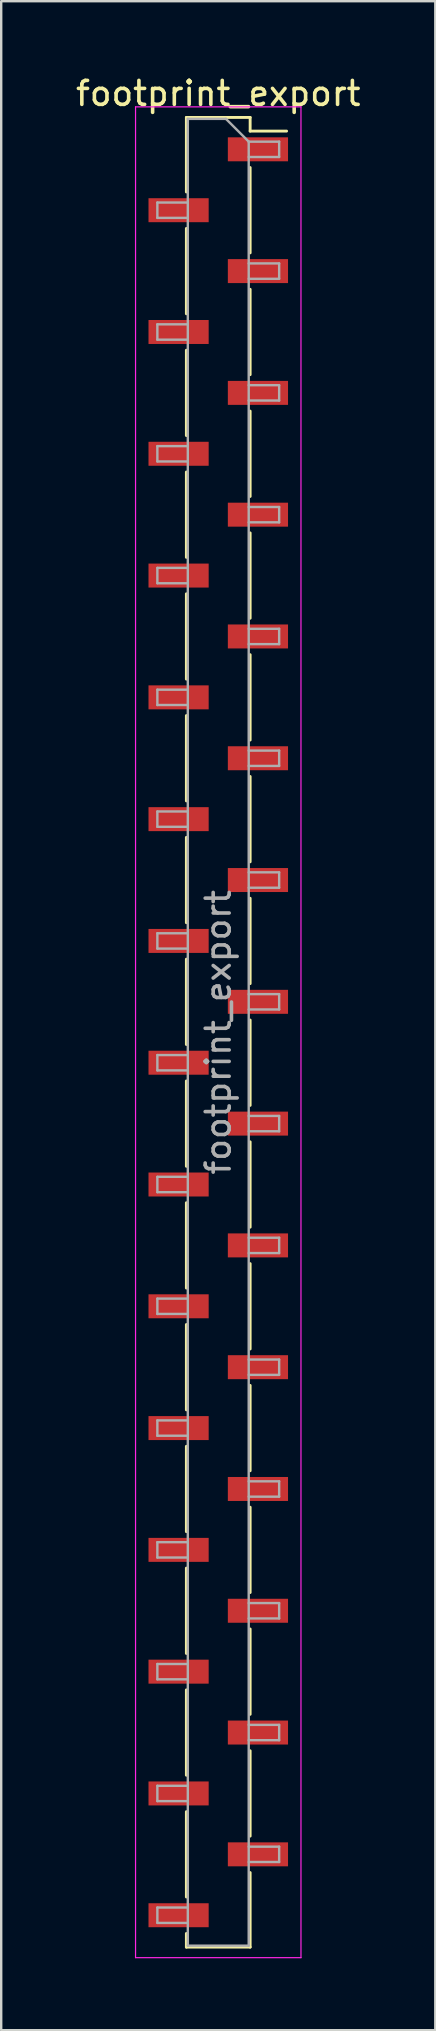
<source format=kicad_pcb>
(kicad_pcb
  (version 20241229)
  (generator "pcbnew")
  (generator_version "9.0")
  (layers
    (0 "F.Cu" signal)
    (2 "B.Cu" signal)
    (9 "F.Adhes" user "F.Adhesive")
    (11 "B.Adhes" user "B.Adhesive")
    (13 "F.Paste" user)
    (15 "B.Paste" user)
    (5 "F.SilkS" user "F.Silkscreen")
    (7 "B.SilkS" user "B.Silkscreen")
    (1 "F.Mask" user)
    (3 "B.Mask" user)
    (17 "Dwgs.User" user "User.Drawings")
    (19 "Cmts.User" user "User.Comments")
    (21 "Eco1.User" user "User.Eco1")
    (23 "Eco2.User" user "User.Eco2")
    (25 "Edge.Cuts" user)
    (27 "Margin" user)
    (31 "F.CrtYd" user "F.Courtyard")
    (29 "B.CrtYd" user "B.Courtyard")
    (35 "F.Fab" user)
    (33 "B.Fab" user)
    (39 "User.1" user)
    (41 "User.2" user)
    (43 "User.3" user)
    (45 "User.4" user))
  (footprint "footprint_export"
    (layer "F.Cu")
    (at 6.054 40.008)
    (property "Reference" "footprint_export" (at 0 -39.16 0) (layer "F.SilkS") (effects (font (size 1 1) (thickness 0.15))))
    (attr smd)
    (fp_line (start -1.33 -38.16) (end -1.33 -35.05) (stroke (width 0.12) (type solid)) (layer "F.SilkS"))
    (fp_line (start -1.33 -38.16) (end 1.33 -38.16) (stroke (width 0.12) (type solid)) (layer "F.SilkS"))
    (fp_line (start -1.33 -33.53) (end -1.33 -29.97) (stroke (width 0.12) (type solid)) (layer "F.SilkS"))
    (fp_line (start -1.33 -28.45) (end -1.33 -24.89) (stroke (width 0.12) (type solid)) (layer "F.SilkS"))
    (fp_line (start -1.33 -23.37) (end -1.33 -19.81) (stroke (width 0.12) (type solid)) (layer "F.SilkS"))
    (fp_line (start -1.33 -18.29) (end -1.33 -14.73) (stroke (width 0.12) (type solid)) (layer "F.SilkS"))
    (fp_line (start -1.33 -13.21) (end -1.33 -9.65) (stroke (width 0.12) (type solid)) (layer "F.SilkS"))
    (fp_line (start -1.33 -8.13) (end -1.33 -4.57) (stroke (width 0.12) (type solid)) (layer "F.SilkS"))
    (fp_line (start -1.33 -3.05) (end -1.33 0.51) (stroke (width 0.12) (type solid)) (layer "F.SilkS"))
    (fp_line (start -1.33 2.03) (end -1.33 5.59) (stroke (width 0.12) (type solid)) (layer "F.SilkS"))
    (fp_line (start -1.33 7.11) (end -1.33 10.67) (stroke (width 0.12) (type solid)) (layer "F.SilkS"))
    (fp_line (start -1.33 12.19) (end -1.33 15.75) (stroke (width 0.12) (type solid)) (layer "F.SilkS"))
    (fp_line (start -1.33 17.27) (end -1.33 20.83) (stroke (width 0.12) (type solid)) (layer "F.SilkS"))
    (fp_line (start -1.33 22.35) (end -1.33 25.91) (stroke (width 0.12) (type solid)) (layer "F.SilkS"))
    (fp_line (start -1.33 27.43) (end -1.33 30.99) (stroke (width 0.12) (type solid)) (layer "F.SilkS"))
    (fp_line (start -1.33 32.51) (end -1.33 36.07) (stroke (width 0.12) (type solid)) (layer "F.SilkS"))
    (fp_line (start -1.33 37.59) (end -1.33 38.16) (stroke (width 0.12) (type solid)) (layer "F.SilkS"))
    (fp_line (start -1.33 38.16) (end 1.33 38.16) (stroke (width 0.12) (type solid)) (layer "F.SilkS"))
    (fp_line (start 1.33 -38.16) (end 1.33 -37.59) (stroke (width 0.12) (type solid)) (layer "F.SilkS"))
    (fp_line (start 1.33 -37.59) (end 2.85 -37.59) (stroke (width 0.12) (type solid)) (layer "F.SilkS"))
    (fp_line (start 1.33 -36.07) (end 1.33 -32.51) (stroke (width 0.12) (type solid)) (layer "F.SilkS"))
    (fp_line (start 1.33 -30.99) (end 1.33 -27.43) (stroke (width 0.12) (type solid)) (layer "F.SilkS"))
    (fp_line (start 1.33 -25.91) (end 1.33 -22.35) (stroke (width 0.12) (type solid)) (layer "F.SilkS"))
    (fp_line (start 1.33 -20.83) (end 1.33 -17.27) (stroke (width 0.12) (type solid)) (layer "F.SilkS"))
    (fp_line (start 1.33 -15.75) (end 1.33 -12.19) (stroke (width 0.12) (type solid)) (layer "F.SilkS"))
    (fp_line (start 1.33 -10.67) (end 1.33 -7.11) (stroke (width 0.12) (type solid)) (layer "F.SilkS"))
    (fp_line (start 1.33 -5.59) (end 1.33 -2.03) (stroke (width 0.12) (type solid)) (layer "F.SilkS"))
    (fp_line (start 1.33 -0.51) (end 1.33 3.05) (stroke (width 0.12) (type solid)) (layer "F.SilkS"))
    (fp_line (start 1.33 4.57) (end 1.33 8.13) (stroke (width 0.12) (type solid)) (layer "F.SilkS"))
    (fp_line (start 1.33 9.65) (end 1.33 13.21) (stroke (width 0.12) (type solid)) (layer "F.SilkS"))
    (fp_line (start 1.33 14.73) (end 1.33 18.29) (stroke (width 0.12) (type solid)) (layer "F.SilkS"))
    (fp_line (start 1.33 19.81) (end 1.33 23.37) (stroke (width 0.12) (type solid)) (layer "F.SilkS"))
    (fp_line (start 1.33 24.89) (end 1.33 28.45) (stroke (width 0.12) (type solid)) (layer "F.SilkS"))
    (fp_line (start 1.33 29.97) (end 1.33 33.53) (stroke (width 0.12) (type solid)) (layer "F.SilkS"))
    (fp_line (start 1.33 35.05) (end 1.33 38.16) (stroke (width 0.12) (type solid)) (layer "F.SilkS"))
    (fp_line (start -3.45 -38.6) (end -3.45 38.6) (stroke (width 0.05) (type solid)) (layer "F.CrtYd"))
    (fp_line (start -3.45 38.6) (end 3.45 38.6) (stroke (width 0.05) (type solid)) (layer "F.CrtYd"))
    (fp_line (start 3.45 -38.6) (end -3.45 -38.6) (stroke (width 0.05) (type solid)) (layer "F.CrtYd"))
    (fp_line (start 3.45 38.6) (end 3.45 -38.6) (stroke (width 0.05) (type solid)) (layer "F.CrtYd"))
    (fp_line (start -2.54 -34.61) (end -2.54 -33.97) (stroke (width 0.1) (type solid)) (layer "F.Fab"))
    (fp_line (start -2.54 -33.97) (end -1.27 -33.97) (stroke (width 0.1) (type solid)) (layer "F.Fab"))
    (fp_line (start -2.54 -29.53) (end -2.54 -28.89) (stroke (width 0.1) (type solid)) (layer "F.Fab"))
    (fp_line (start -2.54 -28.89) (end -1.27 -28.89) (stroke (width 0.1) (type solid)) (layer "F.Fab"))
    (fp_line (start -2.54 -24.45) (end -2.54 -23.81) (stroke (width 0.1) (type solid)) (layer "F.Fab"))
    (fp_line (start -2.54 -23.81) (end -1.27 -23.81) (stroke (width 0.1) (type solid)) (layer "F.Fab"))
    (fp_line (start -2.54 -19.37) (end -2.54 -18.73) (stroke (width 0.1) (type solid)) (layer "F.Fab"))
    (fp_line (start -2.54 -18.73) (end -1.27 -18.73) (stroke (width 0.1) (type solid)) (layer "F.Fab"))
    (fp_line (start -2.54 -14.29) (end -2.54 -13.65) (stroke (width 0.1) (type solid)) (layer "F.Fab"))
    (fp_line (start -2.54 -13.65) (end -1.27 -13.65) (stroke (width 0.1) (type solid)) (layer "F.Fab"))
    (fp_line (start -2.54 -9.21) (end -2.54 -8.57) (stroke (width 0.1) (type solid)) (layer "F.Fab"))
    (fp_line (start -2.54 -8.57) (end -1.27 -8.57) (stroke (width 0.1) (type solid)) (layer "F.Fab"))
    (fp_line (start -2.54 -4.13) (end -2.54 -3.49) (stroke (width 0.1) (type solid)) (layer "F.Fab"))
    (fp_line (start -2.54 -3.49) (end -1.27 -3.49) (stroke (width 0.1) (type solid)) (layer "F.Fab"))
    (fp_line (start -2.54 0.95) (end -2.54 1.59) (stroke (width 0.1) (type solid)) (layer "F.Fab"))
    (fp_line (start -2.54 1.59) (end -1.27 1.59) (stroke (width 0.1) (type solid)) (layer "F.Fab"))
    (fp_line (start -2.54 6.03) (end -2.54 6.67) (stroke (width 0.1) (type solid)) (layer "F.Fab"))
    (fp_line (start -2.54 6.67) (end -1.27 6.67) (stroke (width 0.1) (type solid)) (layer "F.Fab"))
    (fp_line (start -2.54 11.11) (end -2.54 11.75) (stroke (width 0.1) (type solid)) (layer "F.Fab"))
    (fp_line (start -2.54 11.75) (end -1.27 11.75) (stroke (width 0.1) (type solid)) (layer "F.Fab"))
    (fp_line (start -2.54 16.19) (end -2.54 16.83) (stroke (width 0.1) (type solid)) (layer "F.Fab"))
    (fp_line (start -2.54 16.83) (end -1.27 16.83) (stroke (width 0.1) (type solid)) (layer "F.Fab"))
    (fp_line (start -2.54 21.27) (end -2.54 21.91) (stroke (width 0.1) (type solid)) (layer "F.Fab"))
    (fp_line (start -2.54 21.91) (end -1.27 21.91) (stroke (width 0.1) (type solid)) (layer "F.Fab"))
    (fp_line (start -2.54 26.35) (end -2.54 26.99) (stroke (width 0.1) (type solid)) (layer "F.Fab"))
    (fp_line (start -2.54 26.99) (end -1.27 26.99) (stroke (width 0.1) (type solid)) (layer "F.Fab"))
    (fp_line (start -2.54 31.43) (end -2.54 32.07) (stroke (width 0.1) (type solid)) (layer "F.Fab"))
    (fp_line (start -2.54 32.07) (end -1.27 32.07) (stroke (width 0.1) (type solid)) (layer "F.Fab"))
    (fp_line (start -2.54 36.51) (end -2.54 37.15) (stroke (width 0.1) (type solid)) (layer "F.Fab"))
    (fp_line (start -2.54 37.15) (end -1.27 37.15) (stroke (width 0.1) (type solid)) (layer "F.Fab"))
    (fp_line (start -1.27 -38.1) (end -1.27 38.1) (stroke (width 0.1) (type solid)) (layer "F.Fab"))
    (fp_line (start -1.27 -38.1) (end 0.32 -38.1) (stroke (width 0.1) (type solid)) (layer "F.Fab"))
    (fp_line (start -1.27 -34.61) (end -2.54 -34.61) (stroke (width 0.1) (type solid)) (layer "F.Fab"))
    (fp_line (start -1.27 -29.53) (end -2.54 -29.53) (stroke (width 0.1) (type solid)) (layer "F.Fab"))
    (fp_line (start -1.27 -24.45) (end -2.54 -24.45) (stroke (width 0.1) (type solid)) (layer "F.Fab"))
    (fp_line (start -1.27 -19.37) (end -2.54 -19.37) (stroke (width 0.1) (type solid)) (layer "F.Fab"))
    (fp_line (start -1.27 -14.29) (end -2.54 -14.29) (stroke (width 0.1) (type solid)) (layer "F.Fab"))
    (fp_line (start -1.27 -9.21) (end -2.54 -9.21) (stroke (width 0.1) (type solid)) (layer "F.Fab"))
    (fp_line (start -1.27 -4.13) (end -2.54 -4.13) (stroke (width 0.1) (type solid)) (layer "F.Fab"))
    (fp_line (start -1.27 0.95) (end -2.54 0.95) (stroke (width 0.1) (type solid)) (layer "F.Fab"))
    (fp_line (start -1.27 6.03) (end -2.54 6.03) (stroke (width 0.1) (type solid)) (layer "F.Fab"))
    (fp_line (start -1.27 11.11) (end -2.54 11.11) (stroke (width 0.1) (type solid)) (layer "F.Fab"))
    (fp_line (start -1.27 16.19) (end -2.54 16.19) (stroke (width 0.1) (type solid)) (layer "F.Fab"))
    (fp_line (start -1.27 21.27) (end -2.54 21.27) (stroke (width 0.1) (type solid)) (layer "F.Fab"))
    (fp_line (start -1.27 26.35) (end -2.54 26.35) (stroke (width 0.1) (type solid)) (layer "F.Fab"))
    (fp_line (start -1.27 31.43) (end -2.54 31.43) (stroke (width 0.1) (type solid)) (layer "F.Fab"))
    (fp_line (start -1.27 36.51) (end -2.54 36.51) (stroke (width 0.1) (type solid)) (layer "F.Fab"))
    (fp_line (start 1.27 -37.15) (end 0.32 -38.1) (stroke (width 0.1) (type solid)) (layer "F.Fab"))
    (fp_line (start 1.27 -37.15) (end 2.54 -37.15) (stroke (width 0.1) (type solid)) (layer "F.Fab"))
    (fp_line (start 1.27 -32.07) (end 2.54 -32.07) (stroke (width 0.1) (type solid)) (layer "F.Fab"))
    (fp_line (start 1.27 -26.99) (end 2.54 -26.99) (stroke (width 0.1) (type solid)) (layer "F.Fab"))
    (fp_line (start 1.27 -21.91) (end 2.54 -21.91) (stroke (width 0.1) (type solid)) (layer "F.Fab"))
    (fp_line (start 1.27 -16.83) (end 2.54 -16.83) (stroke (width 0.1) (type solid)) (layer "F.Fab"))
    (fp_line (start 1.27 -11.75) (end 2.54 -11.75) (stroke (width 0.1) (type solid)) (layer "F.Fab"))
    (fp_line (start 1.27 -6.67) (end 2.54 -6.67) (stroke (width 0.1) (type solid)) (layer "F.Fab"))
    (fp_line (start 1.27 -1.59) (end 2.54 -1.59) (stroke (width 0.1) (type solid)) (layer "F.Fab"))
    (fp_line (start 1.27 3.49) (end 2.54 3.49) (stroke (width 0.1) (type solid)) (layer "F.Fab"))
    (fp_line (start 1.27 8.57) (end 2.54 8.57) (stroke (width 0.1) (type solid)) (layer "F.Fab"))
    (fp_line (start 1.27 13.65) (end 2.54 13.65) (stroke (width 0.1) (type solid)) (layer "F.Fab"))
    (fp_line (start 1.27 18.73) (end 2.54 18.73) (stroke (width 0.1) (type solid)) (layer "F.Fab"))
    (fp_line (start 1.27 23.81) (end 2.54 23.81) (stroke (width 0.1) (type solid)) (layer "F.Fab"))
    (fp_line (start 1.27 28.89) (end 2.54 28.89) (stroke (width 0.1) (type solid)) (layer "F.Fab"))
    (fp_line (start 1.27 33.97) (end 2.54 33.97) (stroke (width 0.1) (type solid)) (layer "F.Fab"))
    (fp_line (start 1.27 38.1) (end -1.27 38.1) (stroke (width 0.1) (type solid)) (layer "F.Fab"))
    (fp_line (start 1.27 38.1) (end 1.27 -37.15) (stroke (width 0.1) (type solid)) (layer "F.Fab"))
    (fp_line (start 2.54 -37.15) (end 2.54 -36.51) (stroke (width 0.1) (type solid)) (layer "F.Fab"))
    (fp_line (start 2.54 -36.51) (end 1.27 -36.51) (stroke (width 0.1) (type solid)) (layer "F.Fab"))
    (fp_line (start 2.54 -32.07) (end 2.54 -31.43) (stroke (width 0.1) (type solid)) (layer "F.Fab"))
    (fp_line (start 2.54 -31.43) (end 1.27 -31.43) (stroke (width 0.1) (type solid)) (layer "F.Fab"))
    (fp_line (start 2.54 -26.99) (end 2.54 -26.35) (stroke (width 0.1) (type solid)) (layer "F.Fab"))
    (fp_line (start 2.54 -26.35) (end 1.27 -26.35) (stroke (width 0.1) (type solid)) (layer "F.Fab"))
    (fp_line (start 2.54 -21.91) (end 2.54 -21.27) (stroke (width 0.1) (type solid)) (layer "F.Fab"))
    (fp_line (start 2.54 -21.27) (end 1.27 -21.27) (stroke (width 0.1) (type solid)) (layer "F.Fab"))
    (fp_line (start 2.54 -16.83) (end 2.54 -16.19) (stroke (width 0.1) (type solid)) (layer "F.Fab"))
    (fp_line (start 2.54 -16.19) (end 1.27 -16.19) (stroke (width 0.1) (type solid)) (layer "F.Fab"))
    (fp_line (start 2.54 -11.75) (end 2.54 -11.11) (stroke (width 0.1) (type solid)) (layer "F.Fab"))
    (fp_line (start 2.54 -11.11) (end 1.27 -11.11) (stroke (width 0.1) (type solid)) (layer "F.Fab"))
    (fp_line (start 2.54 -6.67) (end 2.54 -6.03) (stroke (width 0.1) (type solid)) (layer "F.Fab"))
    (fp_line (start 2.54 -6.03) (end 1.27 -6.03) (stroke (width 0.1) (type solid)) (layer "F.Fab"))
    (fp_line (start 2.54 -1.59) (end 2.54 -0.95) (stroke (width 0.1) (type solid)) (layer "F.Fab"))
    (fp_line (start 2.54 -0.95) (end 1.27 -0.95) (stroke (width 0.1) (type solid)) (layer "F.Fab"))
    (fp_line (start 2.54 3.49) (end 2.54 4.13) (stroke (width 0.1) (type solid)) (layer "F.Fab"))
    (fp_line (start 2.54 4.13) (end 1.27 4.13) (stroke (width 0.1) (type solid)) (layer "F.Fab"))
    (fp_line (start 2.54 8.57) (end 2.54 9.21) (stroke (width 0.1) (type solid)) (layer "F.Fab"))
    (fp_line (start 2.54 9.21) (end 1.27 9.21) (stroke (width 0.1) (type solid)) (layer "F.Fab"))
    (fp_line (start 2.54 13.65) (end 2.54 14.29) (stroke (width 0.1) (type solid)) (layer "F.Fab"))
    (fp_line (start 2.54 14.29) (end 1.27 14.29) (stroke (width 0.1) (type solid)) (layer "F.Fab"))
    (fp_line (start 2.54 18.73) (end 2.54 19.37) (stroke (width 0.1) (type solid)) (layer "F.Fab"))
    (fp_line (start 2.54 19.37) (end 1.27 19.37) (stroke (width 0.1) (type solid)) (layer "F.Fab"))
    (fp_line (start 2.54 23.81) (end 2.54 24.45) (stroke (width 0.1) (type solid)) (layer "F.Fab"))
    (fp_line (start 2.54 24.45) (end 1.27 24.45) (stroke (width 0.1) (type solid)) (layer "F.Fab"))
    (fp_line (start 2.54 28.89) (end 2.54 29.53) (stroke (width 0.1) (type solid)) (layer "F.Fab"))
    (fp_line (start 2.54 29.53) (end 1.27 29.53) (stroke (width 0.1) (type solid)) (layer "F.Fab"))
    (fp_line (start 2.54 33.97) (end 2.54 34.61) (stroke (width 0.1) (type solid)) (layer "F.Fab"))
    (fp_line (start 2.54 34.61) (end 1.27 34.61) (stroke (width 0.1) (type solid)) (layer "F.Fab"))
    (fp_text user "${REFERENCE}" (at 0 0 90) (layer "F.Fab") (effects (font (size 1 1) (thickness 0.15))))
    (pad "1" smd rect (at 1.655 -36.83) (size 2.51 1) (layers "F.Cu" "F.Mask" "F.Paste"))
    (pad "2" smd rect (at -1.655 -34.29) (size 2.51 1) (layers "F.Cu" "F.Mask" "F.Paste"))
    (pad "3" smd rect (at 1.655 -31.75) (size 2.51 1) (layers "F.Cu" "F.Mask" "F.Paste"))
    (pad "4" smd rect (at -1.655 -29.21) (size 2.51 1) (layers "F.Cu" "F.Mask" "F.Paste"))
    (pad "5" smd rect (at 1.655 -26.67) (size 2.51 1) (layers "F.Cu" "F.Mask" "F.Paste"))
    (pad "6" smd rect (at -1.655 -24.13) (size 2.51 1) (layers "F.Cu" "F.Mask" "F.Paste"))
    (pad "7" smd rect (at 1.655 -21.59) (size 2.51 1) (layers "F.Cu" "F.Mask" "F.Paste"))
    (pad "8" smd rect (at -1.655 -19.05) (size 2.51 1) (layers "F.Cu" "F.Mask" "F.Paste"))
    (pad "9" smd rect (at 1.655 -16.51) (size 2.51 1) (layers "F.Cu" "F.Mask" "F.Paste"))
    (pad "10" smd rect (at -1.655 -13.97) (size 2.51 1) (layers "F.Cu" "F.Mask" "F.Paste"))
    (pad "11" smd rect (at 1.655 -11.43) (size 2.51 1) (layers "F.Cu" "F.Mask" "F.Paste"))
    (pad "12" smd rect (at -1.655 -8.89) (size 2.51 1) (layers "F.Cu" "F.Mask" "F.Paste"))
    (pad "13" smd rect (at 1.655 -6.35) (size 2.51 1) (layers "F.Cu" "F.Mask" "F.Paste"))
    (pad "14" smd rect (at -1.655 -3.81) (size 2.51 1) (layers "F.Cu" "F.Mask" "F.Paste"))
    (pad "15" smd rect (at 1.655 -1.27) (size 2.51 1) (layers "F.Cu" "F.Mask" "F.Paste"))
    (pad "16" smd rect (at -1.655 1.27) (size 2.51 1) (layers "F.Cu" "F.Mask" "F.Paste"))
    (pad "17" smd rect (at 1.655 3.81) (size 2.51 1) (layers "F.Cu" "F.Mask" "F.Paste"))
    (pad "18" smd rect (at -1.655 6.35) (size 2.51 1) (layers "F.Cu" "F.Mask" "F.Paste"))
    (pad "19" smd rect (at 1.655 8.89) (size 2.51 1) (layers "F.Cu" "F.Mask" "F.Paste"))
    (pad "20" smd rect (at -1.655 11.43) (size 2.51 1) (layers "F.Cu" "F.Mask" "F.Paste"))
    (pad "21" smd rect (at 1.655 13.97) (size 2.51 1) (layers "F.Cu" "F.Mask" "F.Paste"))
    (pad "22" smd rect (at -1.655 16.51) (size 2.51 1) (layers "F.Cu" "F.Mask" "F.Paste"))
    (pad "23" smd rect (at 1.655 19.05) (size 2.51 1) (layers "F.Cu" "F.Mask" "F.Paste"))
    (pad "24" smd rect (at -1.655 21.59) (size 2.51 1) (layers "F.Cu" "F.Mask" "F.Paste"))
    (pad "25" smd rect (at 1.655 24.13) (size 2.51 1) (layers "F.Cu" "F.Mask" "F.Paste"))
    (pad "26" smd rect (at -1.655 26.67) (size 2.51 1) (layers "F.Cu" "F.Mask" "F.Paste"))
    (pad "27" smd rect (at 1.655 29.21) (size 2.51 1) (layers "F.Cu" "F.Mask" "F.Paste"))
    (pad "28" smd rect (at -1.655 31.75) (size 2.51 1) (layers "F.Cu" "F.Mask" "F.Paste"))
    (pad "29" smd rect (at 1.655 34.29) (size 2.51 1) (layers "F.Cu" "F.Mask" "F.Paste"))
    (pad "30" smd rect (at -1.655 36.83) (size 2.51 1) (layers "F.Cu" "F.Mask" "F.Paste")))
  (gr_rect
    (start -3 -3)
    (end 15.107 81.633)
    (stroke (width 0.1) (type default))
    (fill no)
    (layer "Edge.Cuts")))
</source>
